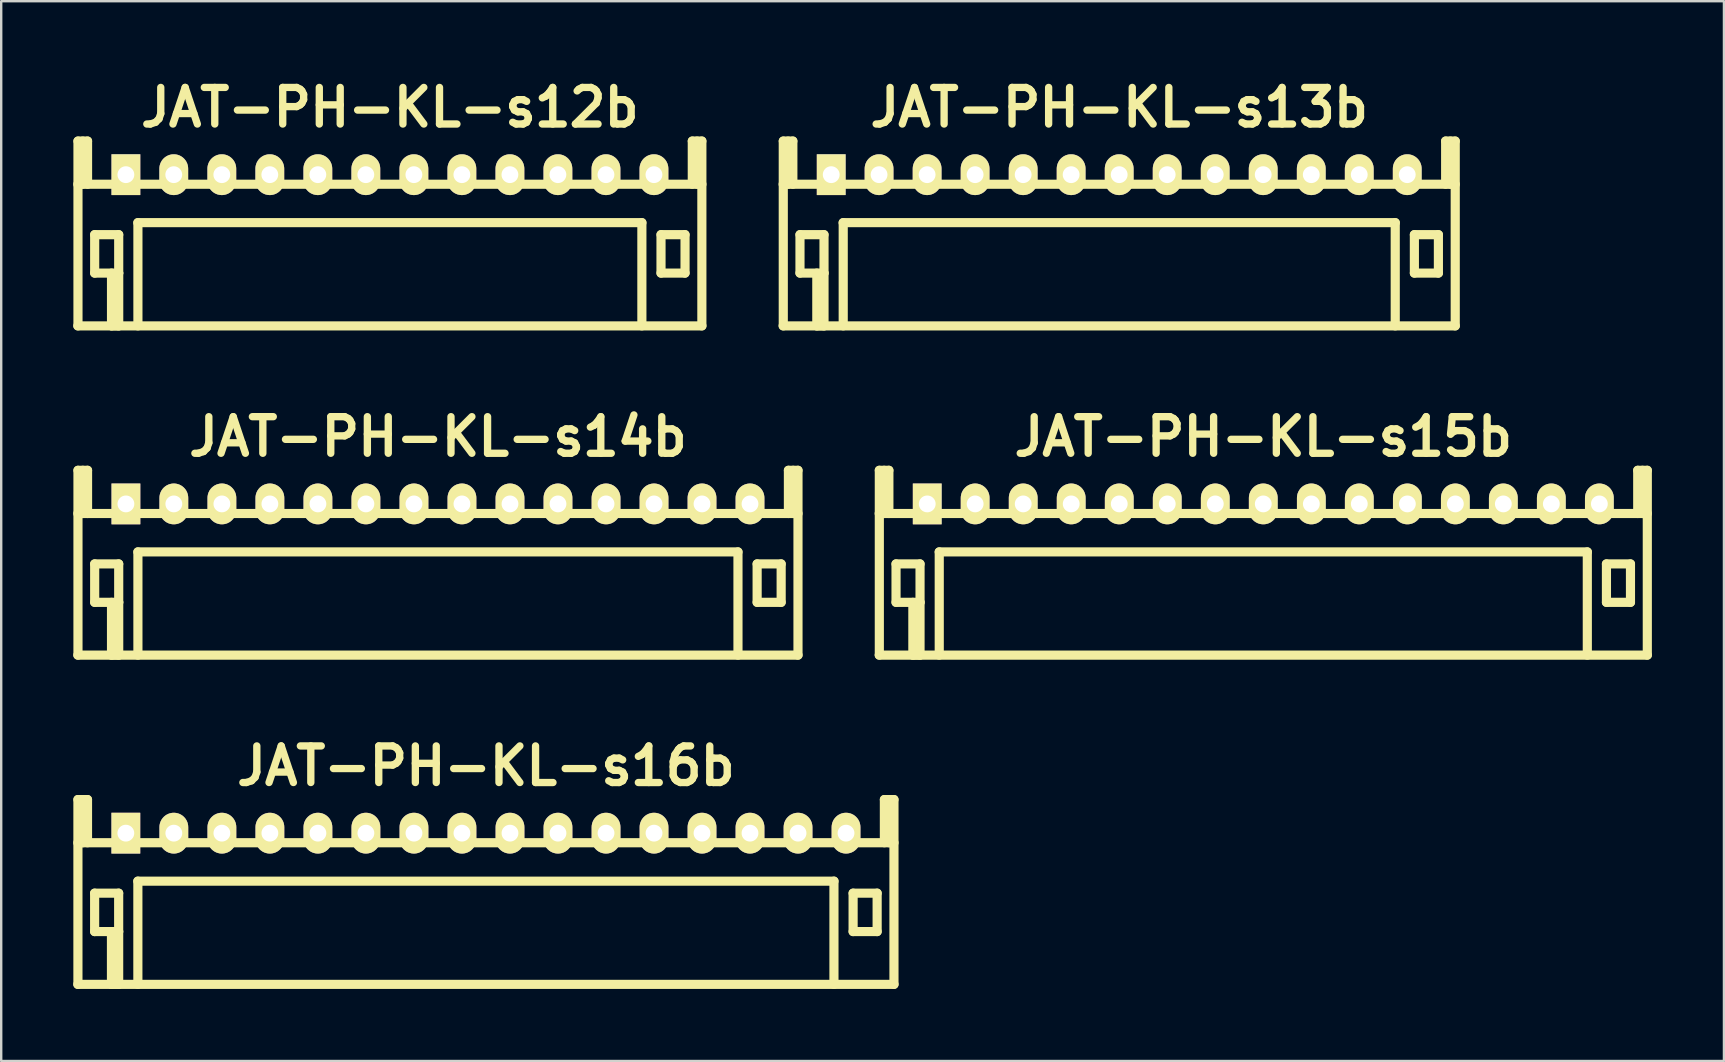
<source format=kicad_pcb>
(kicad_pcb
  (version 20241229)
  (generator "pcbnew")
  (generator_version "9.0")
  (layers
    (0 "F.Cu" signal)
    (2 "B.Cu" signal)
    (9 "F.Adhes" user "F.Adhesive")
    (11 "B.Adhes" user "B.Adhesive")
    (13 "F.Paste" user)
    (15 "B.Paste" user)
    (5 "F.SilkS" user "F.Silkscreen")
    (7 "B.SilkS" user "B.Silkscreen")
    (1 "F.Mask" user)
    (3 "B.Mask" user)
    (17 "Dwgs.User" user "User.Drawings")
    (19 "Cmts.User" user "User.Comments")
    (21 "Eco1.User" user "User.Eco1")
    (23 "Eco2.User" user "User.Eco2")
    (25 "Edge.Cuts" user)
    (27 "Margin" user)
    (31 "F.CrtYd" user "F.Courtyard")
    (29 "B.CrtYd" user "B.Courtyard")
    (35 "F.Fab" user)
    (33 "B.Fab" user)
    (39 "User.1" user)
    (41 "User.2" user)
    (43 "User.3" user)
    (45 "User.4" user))
  (footprint "JAT-PH-KL-s15b"
    (layer "F.Cu")
    (at 49.573 17.941)
    (property "Reference" "JAT-PH-KL-s15b" (at 0 -2.799 0) (layer "F.SilkS") (effects (font (size 1.524 1.524) (thickness 0.305))))
    (attr through_hole)
    (fp_line (start -15.994 -1.4) (end -15.994 6.299) (stroke (width 0.381) (type solid)) (layer "F.SilkS"))
    (fp_line (start -15.794 -1.4) (end -15.794 0.399) (stroke (width 0.381) (type solid)) (layer "F.SilkS"))
    (fp_line (start -15.596 -1.4) (end -15.994 -1.4) (stroke (width 0.381) (type solid)) (layer "F.SilkS"))
    (fp_line (start -15.596 0.399) (end -15.596 -1.4) (stroke (width 0.381) (type solid)) (layer "F.SilkS"))
    (fp_line (start -15.298 2.499) (end -14.298 2.499) (stroke (width 0.381) (type solid)) (layer "F.SilkS"))
    (fp_line (start -15.298 4.1) (end -15.298 2.499) (stroke (width 0.381) (type solid)) (layer "F.SilkS"))
    (fp_line (start -14.597 6.299) (end -14.597 4.1) (stroke (width 0.381) (type solid)) (layer "F.SilkS"))
    (fp_line (start -14.298 2.499) (end -14.298 4.1) (stroke (width 0.381) (type solid)) (layer "F.SilkS"))
    (fp_line (start -14.298 4.1) (end -15.298 4.1) (stroke (width 0.381) (type solid)) (layer "F.SilkS"))
    (fp_line (start -14.298 4.1) (end -14.298 6.299) (stroke (width 0.381) (type solid)) (layer "F.SilkS"))
    (fp_line (start -14.298 6.299) (end -14.597 6.299) (stroke (width 0.381) (type solid)) (layer "F.SilkS"))
    (fp_line (start -13.5 1.999) (end 13.5 1.999) (stroke (width 0.381) (type solid)) (layer "F.SilkS"))
    (fp_line (start -13.498 1.999) (end -13.498 6.299) (stroke (width 0.381) (type solid)) (layer "F.SilkS"))
    (fp_line (start 13.498 1.999) (end 13.498 6.299) (stroke (width 0.381) (type solid)) (layer "F.SilkS"))
    (fp_line (start 14.295 2.499) (end 15.296 2.499) (stroke (width 0.381) (type solid)) (layer "F.SilkS"))
    (fp_line (start 14.295 4.1) (end 14.295 2.499) (stroke (width 0.381) (type solid)) (layer "F.SilkS"))
    (fp_line (start 15.296 2.499) (end 15.296 4.1) (stroke (width 0.381) (type solid)) (layer "F.SilkS"))
    (fp_line (start 15.296 4.1) (end 14.295 4.1) (stroke (width 0.381) (type solid)) (layer "F.SilkS"))
    (fp_line (start 15.598 -1.4) (end 15.598 0.399) (stroke (width 0.381) (type solid)) (layer "F.SilkS"))
    (fp_line (start 15.796 -1.4) (end 15.796 0.399) (stroke (width 0.381) (type solid)) (layer "F.SilkS"))
    (fp_line (start 15.997 -1.4) (end 15.598 -1.4) (stroke (width 0.381) (type solid)) (layer "F.SilkS"))
    (fp_line (start 15.997 6.299) (end 15.997 -1.4) (stroke (width 0.381) (type solid)) (layer "F.SilkS"))
    (fp_line (start 15.999 0.399) (end -15.999 0.399) (stroke (width 0.381) (type solid)) (layer "F.SilkS"))
    (fp_line (start 15.999 6.299) (end -15.999 6.299) (stroke (width 0.381) (type solid)) (layer "F.SilkS"))
    (pad "1" thru_hole rect (at -13.998 0) (size 1.199 1.699) (drill 0.701) (layers "*.Cu" "*.Mask" "F.SilkS"))
    (pad "2" thru_hole oval (at -12.002 0) (size 1.199 1.699) (drill 0.701) (layers "*.Cu" "*.Mask" "F.SilkS"))
    (pad "3" thru_hole oval (at -10 0) (size 1.199 1.699) (drill 0.701) (layers "*.Cu" "*.Mask" "F.SilkS"))
    (pad "4" thru_hole oval (at -8.001 0) (size 1.199 1.699) (drill 0.701) (layers "*.Cu" "*.Mask" "F.SilkS"))
    (pad "5" thru_hole oval (at -5.999 0) (size 1.199 1.699) (drill 0.701) (layers "*.Cu" "*.Mask" "F.SilkS"))
    (pad "6" thru_hole oval (at -4 0) (size 1.199 1.699) (drill 0.701) (layers "*.Cu" "*.Mask" "F.SilkS"))
    (pad "7" thru_hole oval (at -1.999 0) (size 1.199 1.699) (drill 0.701) (layers "*.Cu" "*.Mask" "F.SilkS"))
    (pad "8" thru_hole oval (at 0 0) (size 1.199 1.699) (drill 0.701) (layers "*.Cu" "*.Mask" "F.SilkS"))
    (pad "9" thru_hole oval (at 2.002 0) (size 1.199 1.699) (drill 0.701) (layers "*.Cu" "*.Mask" "F.SilkS"))
    (pad "10" thru_hole oval (at 4 0) (size 1.199 1.699) (drill 0.701) (layers "*.Cu" "*.Mask" "F.SilkS"))
    (pad "11" thru_hole oval (at 6.002 0) (size 1.199 1.699) (drill 0.701) (layers "*.Cu" "*.Mask" "F.SilkS"))
    (pad "12" thru_hole oval (at 8.001 0) (size 1.199 1.699) (drill 0.701) (layers "*.Cu" "*.Mask" "F.SilkS"))
    (pad "13" thru_hole oval (at 10 0) (size 1.199 1.699) (drill 0.701) (layers "*.Cu" "*.Mask" "F.SilkS"))
    (pad "14" thru_hole oval (at 11.999 0) (size 1.199 1.699) (drill 0.701) (layers "*.Cu" "*.Mask" "F.SilkS"))
    (pad "15" thru_hole oval (at 14 0) (size 1.199 1.699) (drill 0.701) (layers "*.Cu" "*.Mask" "F.SilkS")))
  (footprint "JAT-PH-KL-s14b"
    (layer "F.Cu")
    (at 15.192 17.941)
    (property "Reference" "JAT-PH-KL-s14b" (at 0 -2.799 0) (layer "F.SilkS") (effects (font (size 1.524 1.524) (thickness 0.305))))
    (attr through_hole)
    (fp_line (start -14.994 -1.4) (end -14.994 6.299) (stroke (width 0.381) (type solid)) (layer "F.SilkS"))
    (fp_line (start -14.793 -1.4) (end -14.793 0.399) (stroke (width 0.381) (type solid)) (layer "F.SilkS"))
    (fp_line (start -14.595 -1.4) (end -14.994 -1.4) (stroke (width 0.381) (type solid)) (layer "F.SilkS"))
    (fp_line (start -14.595 0.399) (end -14.595 -1.4) (stroke (width 0.381) (type solid)) (layer "F.SilkS"))
    (fp_line (start -14.298 2.499) (end -13.297 2.499) (stroke (width 0.381) (type solid)) (layer "F.SilkS"))
    (fp_line (start -14.298 4.1) (end -14.298 2.499) (stroke (width 0.381) (type solid)) (layer "F.SilkS"))
    (fp_line (start -13.597 6.299) (end -13.597 4.1) (stroke (width 0.381) (type solid)) (layer "F.SilkS"))
    (fp_line (start -13.297 2.499) (end -13.297 4.1) (stroke (width 0.381) (type solid)) (layer "F.SilkS"))
    (fp_line (start -13.297 4.1) (end -14.298 4.1) (stroke (width 0.381) (type solid)) (layer "F.SilkS"))
    (fp_line (start -13.297 4.1) (end -13.297 6.299) (stroke (width 0.381) (type solid)) (layer "F.SilkS"))
    (fp_line (start -13.297 6.299) (end -13.597 6.299) (stroke (width 0.381) (type solid)) (layer "F.SilkS"))
    (fp_line (start -12.499 1.999) (end 12.499 1.999) (stroke (width 0.381) (type solid)) (layer "F.SilkS"))
    (fp_line (start -12.497 1.999) (end -12.497 6.299) (stroke (width 0.381) (type solid)) (layer "F.SilkS"))
    (fp_line (start 12.499 1.999) (end 12.499 6.299) (stroke (width 0.381) (type solid)) (layer "F.SilkS"))
    (fp_line (start 13.297 2.499) (end 14.298 2.499) (stroke (width 0.381) (type solid)) (layer "F.SilkS"))
    (fp_line (start 13.297 4.1) (end 13.297 2.499) (stroke (width 0.381) (type solid)) (layer "F.SilkS"))
    (fp_line (start 14.298 2.499) (end 14.298 4.1) (stroke (width 0.381) (type solid)) (layer "F.SilkS"))
    (fp_line (start 14.298 4.1) (end 13.297 4.1) (stroke (width 0.381) (type solid)) (layer "F.SilkS"))
    (fp_line (start 14.6 -1.4) (end 14.6 0.399) (stroke (width 0.381) (type solid)) (layer "F.SilkS"))
    (fp_line (start 14.798 -1.4) (end 14.798 0.399) (stroke (width 0.381) (type solid)) (layer "F.SilkS"))
    (fp_line (start 14.999 -1.4) (end 14.6 -1.4) (stroke (width 0.381) (type solid)) (layer "F.SilkS"))
    (fp_line (start 14.999 6.299) (end 14.999 -1.4) (stroke (width 0.381) (type solid)) (layer "F.SilkS"))
    (fp_line (start 15.001 0.399) (end -15.001 0.399) (stroke (width 0.381) (type solid)) (layer "F.SilkS"))
    (fp_line (start 15.001 6.299) (end -15.001 6.299) (stroke (width 0.381) (type solid)) (layer "F.SilkS"))
    (pad "1" thru_hole rect (at -12.997 0) (size 1.199 1.699) (drill 0.701) (layers "*.Cu" "*.Mask" "F.SilkS"))
    (pad "2" thru_hole oval (at -11.001 0) (size 1.199 1.699) (drill 0.701) (layers "*.Cu" "*.Mask" "F.SilkS"))
    (pad "3" thru_hole oval (at -8.999 0) (size 1.199 1.699) (drill 0.701) (layers "*.Cu" "*.Mask" "F.SilkS"))
    (pad "4" thru_hole oval (at -7 0) (size 1.199 1.699) (drill 0.701) (layers "*.Cu" "*.Mask" "F.SilkS"))
    (pad "5" thru_hole oval (at -4.999 0) (size 1.199 1.699) (drill 0.701) (layers "*.Cu" "*.Mask" "F.SilkS"))
    (pad "6" thru_hole oval (at -3 0) (size 1.199 1.699) (drill 0.701) (layers "*.Cu" "*.Mask" "F.SilkS"))
    (pad "7" thru_hole oval (at -0.998 0) (size 1.199 1.699) (drill 0.701) (layers "*.Cu" "*.Mask" "F.SilkS"))
    (pad "8" thru_hole oval (at 1.001 0) (size 1.199 1.699) (drill 0.701) (layers "*.Cu" "*.Mask" "F.SilkS"))
    (pad "9" thru_hole oval (at 3.002 0) (size 1.199 1.699) (drill 0.701) (layers "*.Cu" "*.Mask" "F.SilkS"))
    (pad "10" thru_hole oval (at 5.001 0) (size 1.199 1.699) (drill 0.701) (layers "*.Cu" "*.Mask" "F.SilkS"))
    (pad "11" thru_hole oval (at 7.003 0) (size 1.199 1.699) (drill 0.701) (layers "*.Cu" "*.Mask" "F.SilkS"))
    (pad "12" thru_hole oval (at 9.002 0) (size 1.199 1.699) (drill 0.701) (layers "*.Cu" "*.Mask" "F.SilkS"))
    (pad "13" thru_hole oval (at 11.001 0) (size 1.199 1.699) (drill 0.701) (layers "*.Cu" "*.Mask" "F.SilkS"))
    (pad "14" thru_hole oval (at 13 0) (size 1.199 1.699) (drill 0.701) (layers "*.Cu" "*.Mask" "F.SilkS")))
  (footprint "JAT-PH-KL-s12b"
    (layer "F.Cu")
    (at 13.19 4.226)
    (property "Reference" "JAT-PH-KL-s12b" (at 0 -2.799 0) (layer "F.SilkS") (effects (font (size 1.524 1.524) (thickness 0.305))))
    (attr through_hole)
    (fp_line (start -13 0.399) (end 13 0.399) (stroke (width 0.381) (type solid)) (layer "F.SilkS"))
    (fp_line (start -13 6.299) (end 13 6.299) (stroke (width 0.381) (type solid)) (layer "F.SilkS"))
    (fp_line (start -12.992 -1.4) (end -12.992 6.299) (stroke (width 0.381) (type solid)) (layer "F.SilkS"))
    (fp_line (start -12.791 -1.4) (end -12.791 0.399) (stroke (width 0.381) (type solid)) (layer "F.SilkS"))
    (fp_line (start -12.593 -1.4) (end -12.992 -1.4) (stroke (width 0.381) (type solid)) (layer "F.SilkS"))
    (fp_line (start -12.593 0.399) (end -12.593 -1.4) (stroke (width 0.381) (type solid)) (layer "F.SilkS"))
    (fp_line (start -12.296 2.499) (end -11.295 2.499) (stroke (width 0.381) (type solid)) (layer "F.SilkS"))
    (fp_line (start -12.296 4.1) (end -12.296 2.499) (stroke (width 0.381) (type solid)) (layer "F.SilkS"))
    (fp_line (start -11.595 6.299) (end -11.595 4.1) (stroke (width 0.381) (type solid)) (layer "F.SilkS"))
    (fp_line (start -11.295 2.499) (end -11.295 4.1) (stroke (width 0.381) (type solid)) (layer "F.SilkS"))
    (fp_line (start -11.295 4.1) (end -12.296 4.1) (stroke (width 0.381) (type solid)) (layer "F.SilkS"))
    (fp_line (start -11.295 4.1) (end -11.295 6.299) (stroke (width 0.381) (type solid)) (layer "F.SilkS"))
    (fp_line (start -11.295 6.299) (end -11.595 6.299) (stroke (width 0.381) (type solid)) (layer "F.SilkS"))
    (fp_line (start -10.495 1.999) (end -10.495 6.299) (stroke (width 0.381) (type solid)) (layer "F.SilkS"))
    (fp_line (start 10.498 1.999) (end 10.498 6.299) (stroke (width 0.381) (type solid)) (layer "F.SilkS"))
    (fp_line (start 10.5 1.999) (end -10.5 1.999) (stroke (width 0.381) (type solid)) (layer "F.SilkS"))
    (fp_line (start 11.295 2.499) (end 12.296 2.499) (stroke (width 0.381) (type solid)) (layer "F.SilkS"))
    (fp_line (start 11.295 4.1) (end 11.295 2.499) (stroke (width 0.381) (type solid)) (layer "F.SilkS"))
    (fp_line (start 12.296 2.499) (end 12.296 4.1) (stroke (width 0.381) (type solid)) (layer "F.SilkS"))
    (fp_line (start 12.296 4.1) (end 11.295 4.1) (stroke (width 0.381) (type solid)) (layer "F.SilkS"))
    (fp_line (start 12.598 -1.4) (end 12.598 0.399) (stroke (width 0.381) (type solid)) (layer "F.SilkS"))
    (fp_line (start 12.797 -1.4) (end 12.797 0.399) (stroke (width 0.381) (type solid)) (layer "F.SilkS"))
    (fp_line (start 12.997 -1.4) (end 12.598 -1.4) (stroke (width 0.381) (type solid)) (layer "F.SilkS"))
    (fp_line (start 12.997 6.299) (end 12.997 -1.4) (stroke (width 0.381) (type solid)) (layer "F.SilkS"))
    (pad "1" thru_hole rect (at -10.996 0) (size 1.199 1.699) (drill 0.701) (layers "*.Cu" "*.Mask" "F.SilkS"))
    (pad "2" thru_hole oval (at -9.002 0) (size 1.199 1.699) (drill 0.701) (layers "*.Cu" "*.Mask" "F.SilkS"))
    (pad "3" thru_hole oval (at -7 0) (size 1.199 1.699) (drill 0.701) (layers "*.Cu" "*.Mask" "F.SilkS"))
    (pad "4" thru_hole oval (at -5.001 0) (size 1.199 1.699) (drill 0.701) (layers "*.Cu" "*.Mask" "F.SilkS"))
    (pad "5" thru_hole oval (at -3 0) (size 1.199 1.699) (drill 0.701) (layers "*.Cu" "*.Mask" "F.SilkS"))
    (pad "6" thru_hole oval (at -1.001 0) (size 1.199 1.699) (drill 0.701) (layers "*.Cu" "*.Mask" "F.SilkS"))
    (pad "7" thru_hole oval (at 1.001 0) (size 1.199 1.699) (drill 0.701) (layers "*.Cu" "*.Mask" "F.SilkS"))
    (pad "8" thru_hole oval (at 3 0) (size 1.199 1.699) (drill 0.701) (layers "*.Cu" "*.Mask" "F.SilkS"))
    (pad "9" thru_hole oval (at 5.001 0) (size 1.199 1.699) (drill 0.701) (layers "*.Cu" "*.Mask" "F.SilkS"))
    (pad "10" thru_hole oval (at 7 0) (size 1.199 1.699) (drill 0.701) (layers "*.Cu" "*.Mask" "F.SilkS"))
    (pad "11" thru_hole oval (at 9.002 0) (size 1.199 1.699) (drill 0.701) (layers "*.Cu" "*.Mask" "F.SilkS"))
    (pad "12" thru_hole oval (at 11.001 0) (size 1.199 1.699) (drill 0.701) (layers "*.Cu" "*.Mask" "F.SilkS")))
  (footprint "JAT-PH-KL-s13b"
    (layer "F.Cu")
    (at 43.571 4.226)
    (property "Reference" "JAT-PH-KL-s13b" (at 0 -2.799 0) (layer "F.SilkS") (effects (font (size 1.524 1.524) (thickness 0.305))))
    (attr through_hole)
    (fp_line (start -13.993 -1.4) (end -13.993 6.299) (stroke (width 0.381) (type solid)) (layer "F.SilkS"))
    (fp_line (start -13.792 -1.4) (end -13.792 0.399) (stroke (width 0.381) (type solid)) (layer "F.SilkS"))
    (fp_line (start -13.594 -1.4) (end -13.993 -1.4) (stroke (width 0.381) (type solid)) (layer "F.SilkS"))
    (fp_line (start -13.594 0.399) (end -13.594 -1.4) (stroke (width 0.381) (type solid)) (layer "F.SilkS"))
    (fp_line (start -13.297 2.499) (end -12.296 2.499) (stroke (width 0.381) (type solid)) (layer "F.SilkS"))
    (fp_line (start -13.297 4.1) (end -13.297 2.499) (stroke (width 0.381) (type solid)) (layer "F.SilkS"))
    (fp_line (start -12.596 6.299) (end -12.596 4.1) (stroke (width 0.381) (type solid)) (layer "F.SilkS"))
    (fp_line (start -12.296 2.499) (end -12.296 4.1) (stroke (width 0.381) (type solid)) (layer "F.SilkS"))
    (fp_line (start -12.296 4.1) (end -13.297 4.1) (stroke (width 0.381) (type solid)) (layer "F.SilkS"))
    (fp_line (start -12.296 4.1) (end -12.296 6.299) (stroke (width 0.381) (type solid)) (layer "F.SilkS"))
    (fp_line (start -12.296 6.299) (end -12.596 6.299) (stroke (width 0.381) (type solid)) (layer "F.SilkS"))
    (fp_line (start -11.501 1.999) (end 11.501 1.999) (stroke (width 0.381) (type solid)) (layer "F.SilkS"))
    (fp_line (start -11.496 1.999) (end -11.496 6.299) (stroke (width 0.381) (type solid)) (layer "F.SilkS"))
    (fp_line (start 11.499 1.999) (end 11.499 6.299) (stroke (width 0.381) (type solid)) (layer "F.SilkS"))
    (fp_line (start 12.296 2.499) (end 13.297 2.499) (stroke (width 0.381) (type solid)) (layer "F.SilkS"))
    (fp_line (start 12.296 4.1) (end 12.296 2.499) (stroke (width 0.381) (type solid)) (layer "F.SilkS"))
    (fp_line (start 13.297 2.499) (end 13.297 4.1) (stroke (width 0.381) (type solid)) (layer "F.SilkS"))
    (fp_line (start 13.297 4.1) (end 12.296 4.1) (stroke (width 0.381) (type solid)) (layer "F.SilkS"))
    (fp_line (start 13.599 -1.4) (end 13.599 0.399) (stroke (width 0.381) (type solid)) (layer "F.SilkS"))
    (fp_line (start 13.797 -1.4) (end 13.797 0.399) (stroke (width 0.381) (type solid)) (layer "F.SilkS"))
    (fp_line (start 13.998 -1.4) (end 13.599 -1.4) (stroke (width 0.381) (type solid)) (layer "F.SilkS"))
    (fp_line (start 13.998 6.299) (end 13.998 -1.4) (stroke (width 0.381) (type solid)) (layer "F.SilkS"))
    (fp_line (start 14 0.399) (end -14 0.399) (stroke (width 0.381) (type solid)) (layer "F.SilkS"))
    (fp_line (start 14 6.299) (end -14 6.299) (stroke (width 0.381) (type solid)) (layer "F.SilkS"))
    (pad "1" thru_hole rect (at -11.996 0) (size 1.199 1.699) (drill 0.701) (layers "*.Cu" "*.Mask" "F.SilkS"))
    (pad "2" thru_hole oval (at -10.003 0) (size 1.199 1.699) (drill 0.701) (layers "*.Cu" "*.Mask" "F.SilkS"))
    (pad "3" thru_hole oval (at -8.001 0) (size 1.199 1.699) (drill 0.701) (layers "*.Cu" "*.Mask" "F.SilkS"))
    (pad "4" thru_hole oval (at -6.002 0) (size 1.199 1.699) (drill 0.701) (layers "*.Cu" "*.Mask" "F.SilkS"))
    (pad "5" thru_hole oval (at -4 0) (size 1.199 1.699) (drill 0.701) (layers "*.Cu" "*.Mask" "F.SilkS"))
    (pad "6" thru_hole oval (at -2.002 0) (size 1.199 1.699) (drill 0.701) (layers "*.Cu" "*.Mask" "F.SilkS"))
    (pad "7" thru_hole oval (at 0 0) (size 1.199 1.699) (drill 0.701) (layers "*.Cu" "*.Mask" "F.SilkS"))
    (pad "8" thru_hole oval (at 1.999 0) (size 1.199 1.699) (drill 0.701) (layers "*.Cu" "*.Mask" "F.SilkS"))
    (pad "9" thru_hole oval (at 4 0) (size 1.199 1.699) (drill 0.701) (layers "*.Cu" "*.Mask" "F.SilkS"))
    (pad "10" thru_hole oval (at 5.999 0) (size 1.199 1.699) (drill 0.701) (layers "*.Cu" "*.Mask" "F.SilkS"))
    (pad "11" thru_hole oval (at 8.001 0) (size 1.199 1.699) (drill 0.701) (layers "*.Cu" "*.Mask" "F.SilkS"))
    (pad "12" thru_hole oval (at 10 0) (size 1.199 1.699) (drill 0.701) (layers "*.Cu" "*.Mask" "F.SilkS"))
    (pad "13" thru_hole oval (at 11.999 0) (size 1.199 1.699) (drill 0.701) (layers "*.Cu" "*.Mask" "F.SilkS")))
  (footprint "JAT-PH-KL-s16b"
    (layer "F.Cu")
    (at 17.191 31.656)
    (property "Reference" "JAT-PH-KL-s16b" (at 0 -2.799 0) (layer "F.SilkS") (effects (font (size 1.524 1.524) (thickness 0.305))))
    (attr through_hole)
    (fp_line (start -16.995 -1.4) (end -16.995 6.299) (stroke (width 0.381) (type solid)) (layer "F.SilkS"))
    (fp_line (start -16.794 -1.4) (end -16.794 0.399) (stroke (width 0.381) (type solid)) (layer "F.SilkS"))
    (fp_line (start -16.596 -1.4) (end -16.995 -1.4) (stroke (width 0.381) (type solid)) (layer "F.SilkS"))
    (fp_line (start -16.596 0.399) (end -16.596 -1.4) (stroke (width 0.381) (type solid)) (layer "F.SilkS"))
    (fp_line (start -16.299 2.499) (end -15.298 2.499) (stroke (width 0.381) (type solid)) (layer "F.SilkS"))
    (fp_line (start -16.299 4.1) (end -16.299 2.499) (stroke (width 0.381) (type solid)) (layer "F.SilkS"))
    (fp_line (start -15.598 6.299) (end -15.598 4.1) (stroke (width 0.381) (type solid)) (layer "F.SilkS"))
    (fp_line (start -15.298 2.499) (end -15.298 4.1) (stroke (width 0.381) (type solid)) (layer "F.SilkS"))
    (fp_line (start -15.298 4.1) (end -16.299 4.1) (stroke (width 0.381) (type solid)) (layer "F.SilkS"))
    (fp_line (start -15.298 4.1) (end -15.298 6.299) (stroke (width 0.381) (type solid)) (layer "F.SilkS"))
    (fp_line (start -15.298 6.299) (end -15.598 6.299) (stroke (width 0.381) (type solid)) (layer "F.SilkS"))
    (fp_line (start -14.501 1.999) (end 14.501 1.999) (stroke (width 0.381) (type solid)) (layer "F.SilkS"))
    (fp_line (start -14.498 1.999) (end -14.498 6.299) (stroke (width 0.381) (type solid)) (layer "F.SilkS"))
    (fp_line (start 14.498 1.999) (end 14.498 6.299) (stroke (width 0.381) (type solid)) (layer "F.SilkS"))
    (fp_line (start 15.296 2.499) (end 16.297 2.499) (stroke (width 0.381) (type solid)) (layer "F.SilkS"))
    (fp_line (start 15.296 4.1) (end 15.296 2.499) (stroke (width 0.381) (type solid)) (layer "F.SilkS"))
    (fp_line (start 16.297 2.499) (end 16.297 4.1) (stroke (width 0.381) (type solid)) (layer "F.SilkS"))
    (fp_line (start 16.297 4.1) (end 15.296 4.1) (stroke (width 0.381) (type solid)) (layer "F.SilkS"))
    (fp_line (start 16.599 -1.4) (end 16.599 0.399) (stroke (width 0.381) (type solid)) (layer "F.SilkS"))
    (fp_line (start 16.797 -1.4) (end 16.797 0.399) (stroke (width 0.381) (type solid)) (layer "F.SilkS"))
    (fp_line (start 16.998 -1.4) (end 16.599 -1.4) (stroke (width 0.381) (type solid)) (layer "F.SilkS"))
    (fp_line (start 16.998 6.299) (end 16.998 -1.4) (stroke (width 0.381) (type solid)) (layer "F.SilkS"))
    (fp_line (start 17 0.399) (end -17 0.399) (stroke (width 0.381) (type solid)) (layer "F.SilkS"))
    (fp_line (start 17 6.299) (end -17 6.299) (stroke (width 0.381) (type solid)) (layer "F.SilkS"))
    (pad "1" thru_hole rect (at -14.999 0) (size 1.199 1.699) (drill 0.701) (layers "*.Cu" "*.Mask" "F.SilkS"))
    (pad "2" thru_hole oval (at -13 0) (size 1.199 1.699) (drill 0.701) (layers "*.Cu" "*.Mask" "F.SilkS"))
    (pad "3" thru_hole oval (at -10.998 0) (size 1.199 1.699) (drill 0.701) (layers "*.Cu" "*.Mask" "F.SilkS"))
    (pad "4" thru_hole oval (at -8.999 0) (size 1.199 1.699) (drill 0.701) (layers "*.Cu" "*.Mask" "F.SilkS"))
    (pad "5" thru_hole oval (at -6.998 0) (size 1.199 1.699) (drill 0.701) (layers "*.Cu" "*.Mask" "F.SilkS"))
    (pad "6" thru_hole oval (at -4.999 0) (size 1.199 1.699) (drill 0.701) (layers "*.Cu" "*.Mask" "F.SilkS"))
    (pad "7" thru_hole oval (at -2.997 0) (size 1.199 1.699) (drill 0.701) (layers "*.Cu" "*.Mask" "F.SilkS"))
    (pad "8" thru_hole oval (at -0.998 0) (size 1.199 1.699) (drill 0.701) (layers "*.Cu" "*.Mask" "F.SilkS"))
    (pad "9" thru_hole oval (at 1.003 0) (size 1.199 1.699) (drill 0.701) (layers "*.Cu" "*.Mask" "F.SilkS"))
    (pad "10" thru_hole oval (at 3.002 0) (size 1.199 1.699) (drill 0.701) (layers "*.Cu" "*.Mask" "F.SilkS"))
    (pad "11" thru_hole oval (at 5.004 0) (size 1.199 1.699) (drill 0.701) (layers "*.Cu" "*.Mask" "F.SilkS"))
    (pad "12" thru_hole oval (at 7.003 0) (size 1.199 1.699) (drill 0.701) (layers "*.Cu" "*.Mask" "F.SilkS"))
    (pad "13" thru_hole oval (at 9.002 0) (size 1.199 1.699) (drill 0.701) (layers "*.Cu" "*.Mask" "F.SilkS"))
    (pad "14" thru_hole oval (at 11.001 0) (size 1.199 1.699) (drill 0.701) (layers "*.Cu" "*.Mask" "F.SilkS"))
    (pad "15" thru_hole oval (at 13.002 0) (size 1.199 1.699) (drill 0.701) (layers "*.Cu" "*.Mask" "F.SilkS"))
    (pad "16" thru_hole oval (at 15.001 0) (size 1.199 1.699) (drill 0.701) (layers "*.Cu" "*.Mask" "F.SilkS")))
  (gr_rect
    (start -3 -3)
    (end 68.763 41.146)
    (stroke (width 0.1) (type default))
    (fill no)
    (layer "Edge.Cuts")))
</source>
